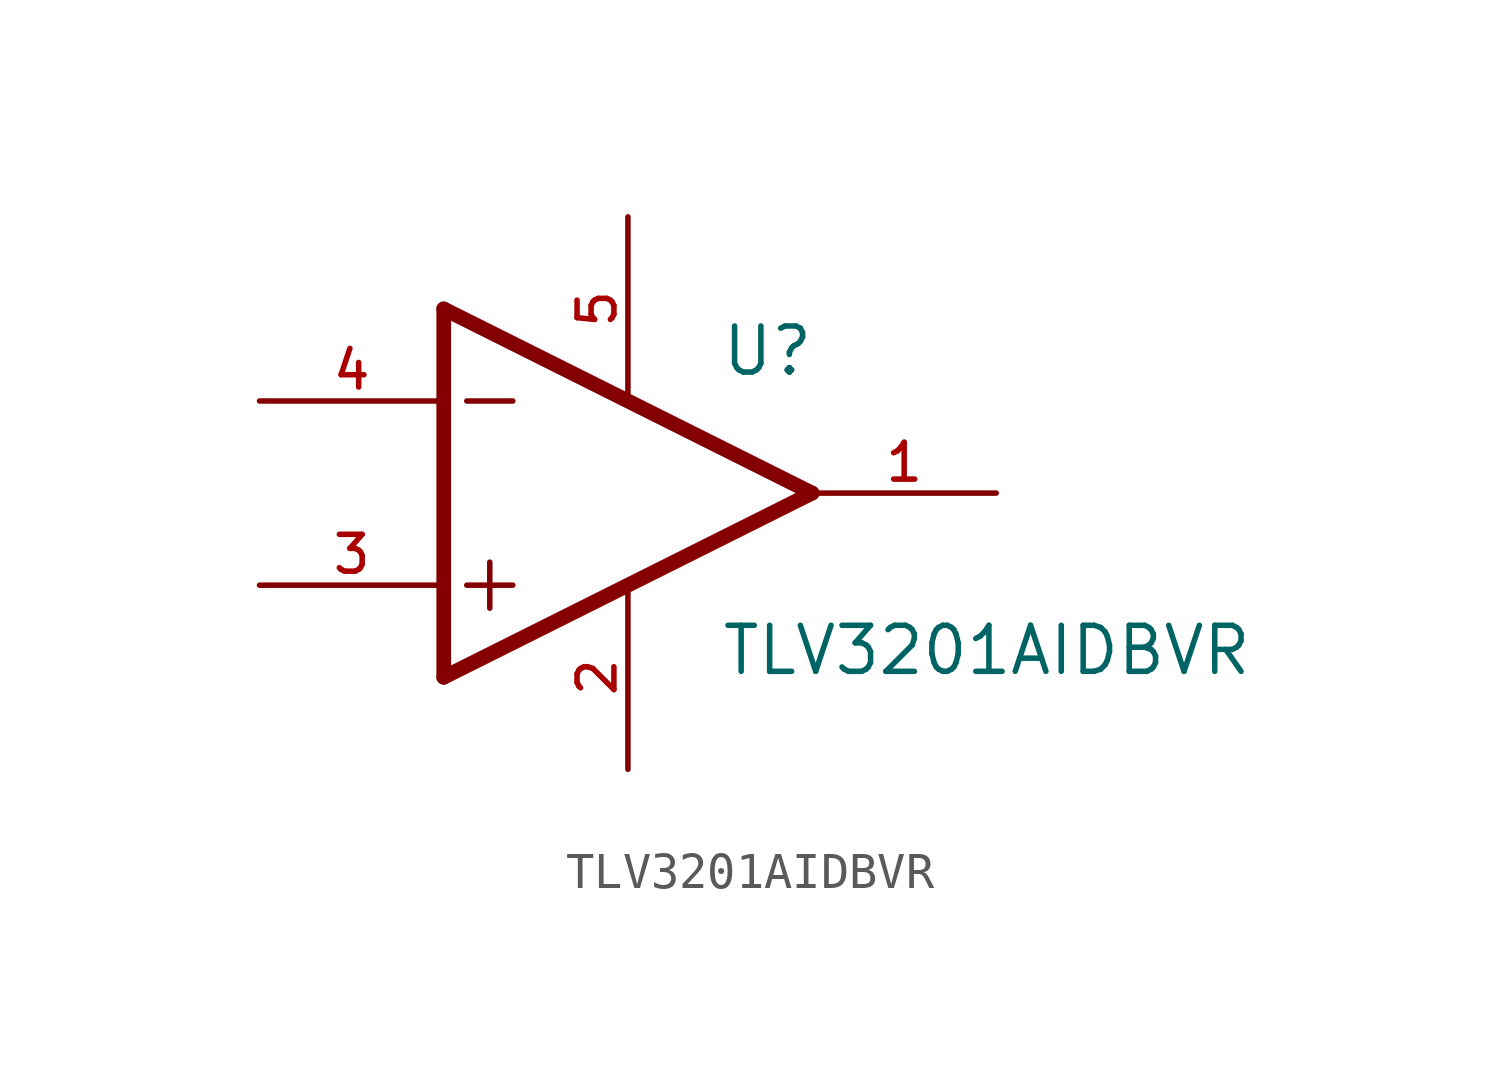
<source format=kicad_sym>
(kicad_symbol_lib
  (version 20211014)
  (generator kicad_symbol_editor)
  (symbol "TLV3201AIDBVR"
    (pin_names
      (offset 1.016))
    (property "Reference" "U"
      (at 2.54 3.175 0)
      (effects (font (size 1.27 1.27)) (justify bottom left)))
    (property "Value" "TLV3201AIDBVR"
      (at 2.54 -5.08 0)
      (effects (font (size 1.27 1.27)) (justify bottom left)))
    (symbol "TLV3201AIDBVR_0_0"
      (polyline (pts (xy -5.08 5.08) (xy -5.08 -5.08)) (stroke (width 0.406)))
      (polyline (pts (xy -5.08 -5.08) (xy 5.08 0.0)) (stroke (width 0.406)))
      (polyline (pts (xy 5.08 0.0) (xy -5.08 5.08)) (stroke (width 0.406)))
      (polyline (pts (xy -3.81 -1.905) (xy -3.81 -3.175)) (stroke (width 0.152)))
      (polyline (pts (xy -4.445 2.54) (xy -3.175 2.54)) (stroke (width 0.152)))
      (polyline (pts (xy -4.445 -2.54) (xy -3.175 -2.54)) (stroke (width 0.152)))
      (pin input line (at -10.16 2.54 0) (length 5.08) (name "~" (effects (font (size 1.016 1.016)))) (number "4" (effects (font (size 1.016 1.016)))))
      (pin input line (at -10.16 -2.54 0) (length 5.08) (name "~" (effects (font (size 1.016 1.016)))) (number "3" (effects (font (size 1.016 1.016)))))
      (pin output line (at 10.16 0.0 180.0) (length 5.08) (name "~" (effects (font (size 1.016 1.016)))) (number "1" (effects (font (size 1.016 1.016)))))
      (pin power_in line (at 0.0 -7.62 90.0) (length 5.08) (name "~" (effects (font (size 1.016 1.016)))) (number "2" (effects (font (size 1.016 1.016)))))
      (pin power_in line (at 0.0 7.62 270.0) (length 5.08) (name "~" (effects (font (size 1.016 1.016)))) (number "5" (effects (font (size 1.016 1.016))))))))
</source>
